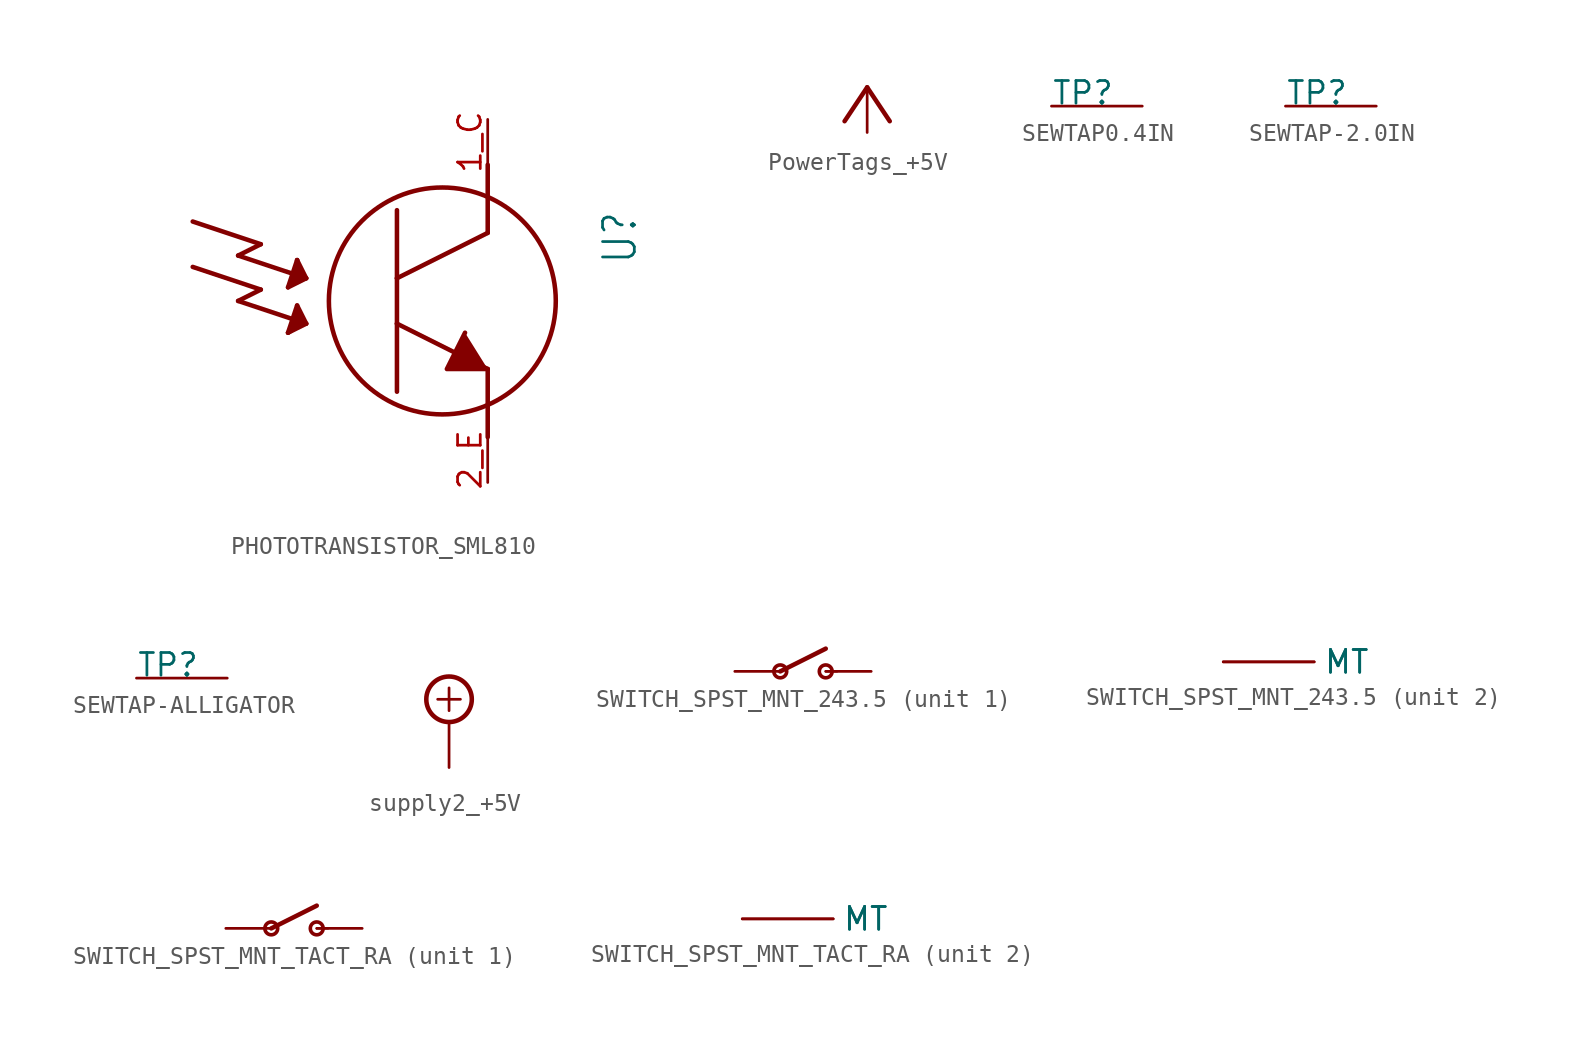
<source format=kicad_sym>
(kicad_symbol_lib
  (version 20231120)
  (generator "kicad_symbol_editor")
  (generator_version "8.0")
  (symbol "PHOTOTRANSISTOR_SML810"
    (property "Reference" "U"
      (at 8.89 5.08 90)
      (effects (font (size 1.778 1.511)) (justify right top)))
    (property "Value" ""
      (at -17.78 5.08 90)
      (effects (font (size 1.778 1.511)) (justify right top)))
    (property "ki_locked" ""
      (at 0 0 0)
      (effects (font (size 1.27 1.27))))
    (symbol "PHOTOTRANSISTOR_SML810_1_0"
      (polyline (pts (xy -13.97 1.905) (xy -10.16 0.635)) (stroke (width 0.254) (type solid)) (fill (type none)))
      (polyline (pts (xy -13.97 4.445) (xy -10.16 3.175)) (stroke (width 0.254) (type solid)) (fill (type none)))
      (polyline (pts (xy -11.43 0) (xy -7.62 -1.27)) (stroke (width 0.254) (type solid)) (fill (type none)))
      (polyline (pts (xy -11.43 2.54) (xy -7.62 1.27)) (stroke (width 0.254) (type solid)) (fill (type none)))
      (polyline (pts (xy -10.16 0.635) (xy -11.43 0)) (stroke (width 0.254) (type solid)) (fill (type none)))
      (polyline (pts (xy -10.16 3.175) (xy -11.43 2.54)) (stroke (width 0.254) (type solid)) (fill (type none)))
      (polyline (pts (xy -8.636 -1.778) (xy -8.128 -0.254)) (stroke (width 0.254) (type solid)) (fill (type none)))
      (polyline (pts (xy -8.636 -1.778) (xy -7.874 -1.27)) (stroke (width 0.254) (type solid)) (fill (type none)))
      (polyline (pts (xy -8.636 0.762) (xy -7.62 1.27)) (stroke (width 0.254) (type solid)) (fill (type none)))
      (polyline (pts (xy -8.382 -1.524) (xy -8.128 -1.27)) (stroke (width 0.254) (type solid)) (fill (type none)))
      (polyline (pts (xy -8.382 -1.27) (xy -8.128 -0.508)) (stroke (width 0.254) (type solid)) (fill (type none)))
      (polyline (pts (xy -8.382 1.016) (xy -8.382 1.27)) (stroke (width 0.254) (type solid)) (fill (type none)))
      (polyline (pts (xy -8.382 1.27) (xy -8.128 1.27)) (stroke (width 0.254) (type solid)) (fill (type none)))
      (polyline (pts (xy -8.128 -1.27) (xy -8.382 -1.27)) (stroke (width 0.254) (type solid)) (fill (type none)))
      (polyline (pts (xy -8.128 -1.016) (xy -7.874 -1.016)) (stroke (width 0.254) (type solid)) (fill (type none)))
      (polyline (pts (xy -8.128 -0.762) (xy -8.128 -1.016)) (stroke (width 0.254) (type solid)) (fill (type none)))
      (polyline (pts (xy -8.128 -0.508) (xy -8.128 -0.762)) (stroke (width 0.254) (type solid)) (fill (type none)))
      (polyline (pts (xy -8.128 -0.254) (xy -7.62 -1.27)) (stroke (width 0.254) (type solid)) (fill (type none)))
      (polyline (pts (xy -8.128 1.27) (xy -7.874 1.27)) (stroke (width 0.254) (type solid)) (fill (type none)))
      (polyline (pts (xy -8.128 1.524) (xy -8.128 1.27)) (stroke (width 0.254) (type solid)) (fill (type none)))
      (polyline (pts (xy -8.128 1.524) (xy -7.874 1.524)) (stroke (width 0.254) (type solid)) (fill (type none)))
      (polyline (pts (xy -8.128 1.778) (xy -8.128 1.524)) (stroke (width 0.254) (type solid)) (fill (type none)))
      (polyline (pts (xy -8.128 2.286) (xy -8.636 0.762)) (stroke (width 0.254) (type solid)) (fill (type none)))
      (polyline (pts (xy -8.128 2.286) (xy -8.128 1.778)) (stroke (width 0.254) (type solid)) (fill (type none)))
      (polyline (pts (xy -7.874 -1.27) (xy -8.382 -1.524)) (stroke (width 0.254) (type solid)) (fill (type none)))
      (polyline (pts (xy -7.874 -1.016) (xy -8.128 -0.762)) (stroke (width 0.254) (type solid)) (fill (type none)))
      (polyline (pts (xy -7.874 1.27) (xy -8.382 1.016)) (stroke (width 0.254) (type solid)) (fill (type none)))
      (polyline (pts (xy -7.874 1.524) (xy -8.128 1.778)) (stroke (width 0.254) (type solid)) (fill (type none)))
      (polyline (pts (xy -7.62 -1.27) (xy -8.636 -1.778)) (stroke (width 0.254) (type solid)) (fill (type none)))
      (polyline (pts (xy -7.62 1.27) (xy -8.128 2.286)) (stroke (width 0.254) (type solid)) (fill (type none)))
      (polyline (pts (xy -2.54 -1.27) (xy -2.54 -5.08)) (stroke (width 0.254) (type solid)) (fill (type none)))
      (polyline (pts (xy -2.54 -1.27) (xy 2.54 -3.81)) (stroke (width 0.254) (type solid)) (fill (type none)))
      (polyline (pts (xy -2.54 1.27) (xy -2.54 -1.27)) (stroke (width 0.254) (type solid)) (fill (type none)))
      (polyline (pts (xy -2.54 5.08) (xy -2.54 1.27)) (stroke (width 0.254) (type solid)) (fill (type none)))
      (polyline (pts (xy 2.54 -3.81) (xy 2.54 -7.62)) (stroke (width 0.254) (type solid)) (fill (type none)))
      (polyline (pts (xy 2.54 3.81) (xy -2.54 1.27)) (stroke (width 0.254) (type solid)) (fill (type none)))
      (polyline (pts (xy 2.54 7.62) (xy 2.54 3.81)) (stroke (width 0.254) (type solid)) (fill (type none)))
      (polyline (pts (xy 1.27 -1.778) (xy 0.254 -3.81) (xy 2.54 -3.81)) (stroke (width 0.254) (type solid)) (fill (type outline)))
      (circle (center 0 0) (radius 6.35) (stroke (width 0.254) (type solid)) (fill (type none)))
      (pin bidirectional line (at 2.54 10.16 270) (length 2.54) (name "C" (effects (font (size 0 0)))) (number "1_C" (effects (font (size 1.27 1.27)))))
      (pin bidirectional line (at 2.54 -10.16 90) (length 2.54) (name "E" (effects (font (size 0 0)))) (number "2_E" (effects (font (size 1.27 1.27)))))))
  (symbol "PowerTags_+5V"
    (power)
    (property "Reference" "#P+"
      (at 0 0 0)
      (effects (font (size 1.27 1.27)) (hide yes)))
    (property "Value" ""
      (at -2.54 0 0)
      (effects (font (size 1.778 1.511)) (justify left bottom)))
    (property "ki_locked" ""
      (at 0 0 0)
      (effects (font (size 1.27 1.27))))
    (symbol "PowerTags_+5V_1_0"
      (polyline (pts (xy 0 0) (xy -1.27 -1.905)) (stroke (width 0.254) (type solid)) (fill (type none)))
      (polyline (pts (xy 1.27 -1.905) (xy 0 0)) (stroke (width 0.254) (type solid)) (fill (type none)))
      (pin power_in line (at 0 -2.54 90) (length 2.54) (name "+5V" (effects (font (size 0 0)))) (number "1" (effects (font (size 0 0)))))))
  (symbol "SEWTAP0.4IN"
    (property "Reference" "TP"
      (at 0 0 0)
      (effects (font (size 1.27 1.27)) (justify left bottom)))
    (property "ki_locked" ""
      (at 0 0 0)
      (effects (font (size 1.27 1.27))))
    (symbol "SEWTAP0.4IN_1_0"
      (pin bidirectional line (at 0 0 0) (length 5.08) (name "SEW" (effects (font (size 0 0)))) (number "TAP" (effects (font (size 0 0)))))))
  (symbol "SEWTAP-2.0IN"
    (property "Reference" "TP"
      (at 0 0 0)
      (effects (font (size 1.27 1.27)) (justify left bottom)))
    (property "ki_locked" ""
      (at 0 0 0)
      (effects (font (size 1.27 1.27))))
    (symbol "SEWTAP-2.0IN_1_0"
      (pin bidirectional line (at 0 0 0) (length 5.08) (name "SEW" (effects (font (size 0 0)))) (number "P$1" (effects (font (size 0 0)))))))
  (symbol "SEWTAP-ALLIGATOR"
    (property "Reference" "TP"
      (at 0 0 0)
      (effects (font (size 1.27 1.27)) (justify left bottom)))
    (property "ki_locked" ""
      (at 0 0 0)
      (effects (font (size 1.27 1.27))))
    (symbol "SEWTAP-ALLIGATOR_1_0"
      (pin bidirectional line (at 0 0 0) (length 5.08) (name "SEW" (effects (font (size 0 0)))) (number "P$1" (effects (font (size 0 0)))))))
  (symbol "supply2_+5V"
    (power)
    (property "Reference" "#SUPPLY"
      (at 0 0 0)
      (effects (font (size 1.27 1.27)) (hide yes)))
    (property "Value" ""
      (at -1.905 3.175 0)
      (effects (font (size 1.778 1.511)) (justify left bottom)))
    (property "ki_locked" ""
      (at 0 0 0)
      (effects (font (size 1.27 1.27))))
    (symbol "supply2_+5V_1_0"
      (polyline (pts (xy -0.635 1.27) (xy 0.635 1.27)) (stroke (width 0.152) (type solid)) (fill (type none)))
      (polyline (pts (xy 0 0.635) (xy 0 1.905)) (stroke (width 0.152) (type solid)) (fill (type none)))
      (circle (center 0 1.27) (radius 1.27) (stroke (width 0.254) (type solid)) (fill (type none)))
      (pin power_in line (at 0 -2.54 90) (length 2.54) (name "+5V" (effects (font (size 0 0)))) (number "1" (effects (font (size 0 0)))))))
  (symbol "SWITCH_SPST_MNT_243.5"
    (property "Reference" "SW"
      (at -4.445 2.54 0)
      (effects (font (size 1.27 1.079)) (justify left bottom) (hide yes)))
    (property "ki_locked" ""
      (at 0 0 0)
      (effects (font (size 1.27 1.27))))
    (symbol "SWITCH_SPST_MNT_243.5_1_0"
      (circle (center -2.54 0) (radius 0.359) (stroke (width 0.203) (type solid)) (fill (type none)))
      (polyline (pts (xy -2.54 0) (xy 0 1.27)) (stroke (width 0.254) (type solid)) (fill (type none)))
      (polyline (pts (xy 0 0) (xy 0.635 0)) (stroke (width 0.127) (type solid)) (fill (type none)))
      (circle (center 0 0) (radius 0.359) (stroke (width 0.203) (type solid)) (fill (type none)))
      (pin passive line (at -5.08 0 0) (length 2.54) (name "P" (effects (font (size 0 0)))) (number "1" (effects (font (size 0 0)))))
      (pin passive line (at 2.54 0 180) (length 2.54) (name "S" (effects (font (size 0 0)))) (number "2" (effects (font (size 0 0))))))
    (symbol "SWITCH_SPST_MNT_243.5_2_0"
      (pin bidirectional line (at 0 0 0) (length 5.08) (name "MT" (effects (font (size 1.27 1.27)))) (number "MT1" (effects (font (size 0 0)))))
      (pin bidirectional line (at 0 0 0) (length 5.08) (name "MT" (effects (font (size 1.27 1.27)))) (number "MT2" (effects (font (size 0 0)))))))
  (symbol "SWITCH_SPST_MNT_TACT_RA"
    (property "Reference" "SW"
      (at -4.445 2.54 0)
      (effects (font (size 1.27 1.079)) (justify left bottom) (hide yes)))
    (property "ki_locked" ""
      (at 0 0 0)
      (effects (font (size 1.27 1.27))))
    (symbol "SWITCH_SPST_MNT_TACT_RA_1_0"
      (circle (center -2.54 0) (radius 0.359) (stroke (width 0.203) (type solid)) (fill (type none)))
      (polyline (pts (xy -2.54 0) (xy 0 1.27)) (stroke (width 0.254) (type solid)) (fill (type none)))
      (polyline (pts (xy 0 0) (xy 0.635 0)) (stroke (width 0.127) (type solid)) (fill (type none)))
      (circle (center 0 0) (radius 0.359) (stroke (width 0.203) (type solid)) (fill (type none)))
      (pin passive line (at -5.08 0 0) (length 2.54) (name "P" (effects (font (size 0 0)))) (number "1" (effects (font (size 0 0)))))
      (pin passive line (at 2.54 0 180) (length 2.54) (name "S" (effects (font (size 0 0)))) (number "2" (effects (font (size 0 0))))))
    (symbol "SWITCH_SPST_MNT_TACT_RA_2_0"
      (pin bidirectional line (at 0 0 0) (length 5.08) (name "MT" (effects (font (size 1.27 1.27)))) (number "MT1" (effects (font (size 0 0)))))
      (pin bidirectional line (at 0 0 0) (length 5.08) (name "MT" (effects (font (size 1.27 1.27)))) (number "MT2" (effects (font (size 0 0))))))))
</source>
